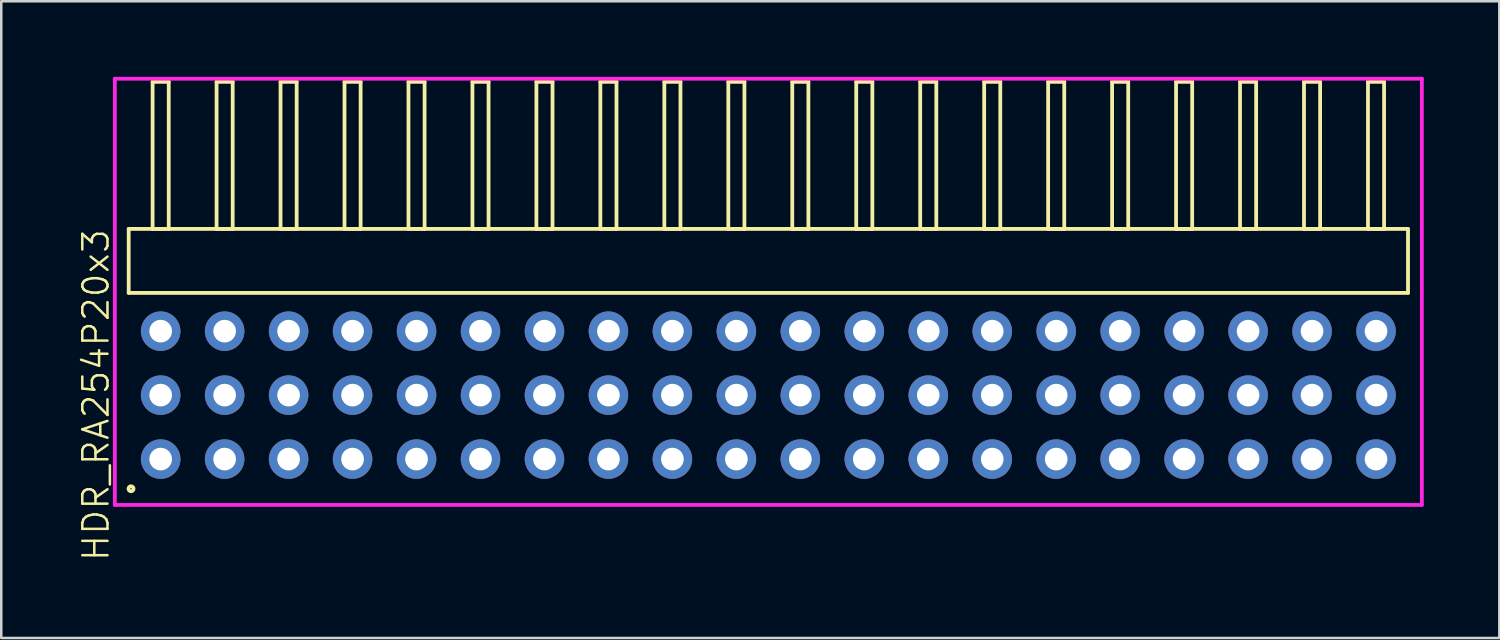
<source format=kicad_pcb>
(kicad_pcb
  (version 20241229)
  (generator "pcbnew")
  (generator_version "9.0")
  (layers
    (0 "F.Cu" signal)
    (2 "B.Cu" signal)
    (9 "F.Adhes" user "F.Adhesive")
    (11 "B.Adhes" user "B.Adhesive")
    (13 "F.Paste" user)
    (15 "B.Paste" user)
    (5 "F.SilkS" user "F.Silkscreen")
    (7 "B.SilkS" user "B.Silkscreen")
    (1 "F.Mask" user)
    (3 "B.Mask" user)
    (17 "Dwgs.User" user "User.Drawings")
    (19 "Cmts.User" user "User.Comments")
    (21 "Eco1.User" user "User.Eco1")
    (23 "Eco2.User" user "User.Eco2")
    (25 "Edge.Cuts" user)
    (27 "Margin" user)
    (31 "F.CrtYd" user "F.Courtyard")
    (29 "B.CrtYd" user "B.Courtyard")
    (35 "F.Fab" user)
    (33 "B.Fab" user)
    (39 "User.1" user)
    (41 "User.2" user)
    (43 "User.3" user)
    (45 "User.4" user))
  (footprint "HDR_RA254P20x3"
    (layer "F.Cu")
    (at 27.46 12.64)
    (property "Reference" "HDR_RA254P20x3" (at -26.7 0 90) (layer "F.SilkS") (effects (font (size 1 1) (thickness 0.1))))
    (attr through_hole)
    (fp_line (start -25.4 -6.6) (end -25.4 -4.06) (stroke (width 0.15) (type solid)) (layer "F.SilkS"))
    (fp_line (start -25.4 -4.06) (end 25.4 -4.06) (stroke (width 0.15) (type solid)) (layer "F.SilkS"))
    (fp_line (start -24.45 -12.44) (end -24.45 -6.6) (stroke (width 0.15) (type solid)) (layer "F.SilkS"))
    (fp_line (start -24.45 -6.6) (end -23.81 -6.6) (stroke (width 0.15) (type solid)) (layer "F.SilkS"))
    (fp_line (start -23.81 -12.44) (end -24.45 -12.44) (stroke (width 0.15) (type solid)) (layer "F.SilkS"))
    (fp_line (start -23.81 -6.6) (end -23.81 -12.44) (stroke (width 0.15) (type solid)) (layer "F.SilkS"))
    (fp_line (start -21.91 -12.44) (end -21.91 -6.6) (stroke (width 0.15) (type solid)) (layer "F.SilkS"))
    (fp_line (start -21.91 -6.6) (end -21.27 -6.6) (stroke (width 0.15) (type solid)) (layer "F.SilkS"))
    (fp_line (start -21.27 -12.44) (end -21.91 -12.44) (stroke (width 0.15) (type solid)) (layer "F.SilkS"))
    (fp_line (start -21.27 -6.6) (end -21.27 -12.44) (stroke (width 0.15) (type solid)) (layer "F.SilkS"))
    (fp_line (start -19.37 -12.44) (end -19.37 -6.6) (stroke (width 0.15) (type solid)) (layer "F.SilkS"))
    (fp_line (start -19.37 -6.6) (end -18.73 -6.6) (stroke (width 0.15) (type solid)) (layer "F.SilkS"))
    (fp_line (start -18.73 -12.44) (end -19.37 -12.44) (stroke (width 0.15) (type solid)) (layer "F.SilkS"))
    (fp_line (start -18.73 -6.6) (end -18.73 -12.44) (stroke (width 0.15) (type solid)) (layer "F.SilkS"))
    (fp_line (start -16.83 -12.44) (end -16.83 -6.6) (stroke (width 0.15) (type solid)) (layer "F.SilkS"))
    (fp_line (start -16.83 -6.6) (end -16.19 -6.6) (stroke (width 0.15) (type solid)) (layer "F.SilkS"))
    (fp_line (start -16.19 -12.44) (end -16.83 -12.44) (stroke (width 0.15) (type solid)) (layer "F.SilkS"))
    (fp_line (start -16.19 -6.6) (end -16.19 -12.44) (stroke (width 0.15) (type solid)) (layer "F.SilkS"))
    (fp_line (start -14.29 -12.44) (end -14.29 -6.6) (stroke (width 0.15) (type solid)) (layer "F.SilkS"))
    (fp_line (start -14.29 -6.6) (end -13.65 -6.6) (stroke (width 0.15) (type solid)) (layer "F.SilkS"))
    (fp_line (start -13.65 -12.44) (end -14.29 -12.44) (stroke (width 0.15) (type solid)) (layer "F.SilkS"))
    (fp_line (start -13.65 -6.6) (end -13.65 -12.44) (stroke (width 0.15) (type solid)) (layer "F.SilkS"))
    (fp_line (start -11.75 -12.44) (end -11.75 -6.6) (stroke (width 0.15) (type solid)) (layer "F.SilkS"))
    (fp_line (start -11.75 -6.6) (end -11.11 -6.6) (stroke (width 0.15) (type solid)) (layer "F.SilkS"))
    (fp_line (start -11.11 -12.44) (end -11.75 -12.44) (stroke (width 0.15) (type solid)) (layer "F.SilkS"))
    (fp_line (start -11.11 -6.6) (end -11.11 -12.44) (stroke (width 0.15) (type solid)) (layer "F.SilkS"))
    (fp_line (start -9.21 -12.44) (end -9.21 -6.6) (stroke (width 0.15) (type solid)) (layer "F.SilkS"))
    (fp_line (start -9.21 -6.6) (end -8.57 -6.6) (stroke (width 0.15) (type solid)) (layer "F.SilkS"))
    (fp_line (start -8.57 -12.44) (end -9.21 -12.44) (stroke (width 0.15) (type solid)) (layer "F.SilkS"))
    (fp_line (start -8.57 -6.6) (end -8.57 -12.44) (stroke (width 0.15) (type solid)) (layer "F.SilkS"))
    (fp_line (start -6.67 -12.44) (end -6.67 -6.6) (stroke (width 0.15) (type solid)) (layer "F.SilkS"))
    (fp_line (start -6.67 -6.6) (end -6.03 -6.6) (stroke (width 0.15) (type solid)) (layer "F.SilkS"))
    (fp_line (start -6.03 -12.44) (end -6.67 -12.44) (stroke (width 0.15) (type solid)) (layer "F.SilkS"))
    (fp_line (start -6.03 -6.6) (end -6.03 -12.44) (stroke (width 0.15) (type solid)) (layer "F.SilkS"))
    (fp_line (start -4.13 -12.44) (end -4.13 -6.6) (stroke (width 0.15) (type solid)) (layer "F.SilkS"))
    (fp_line (start -4.13 -6.6) (end -3.49 -6.6) (stroke (width 0.15) (type solid)) (layer "F.SilkS"))
    (fp_line (start -3.49 -12.44) (end -4.13 -12.44) (stroke (width 0.15) (type solid)) (layer "F.SilkS"))
    (fp_line (start -3.49 -6.6) (end -3.49 -12.44) (stroke (width 0.15) (type solid)) (layer "F.SilkS"))
    (fp_line (start -1.59 -12.44) (end -1.59 -6.6) (stroke (width 0.15) (type solid)) (layer "F.SilkS"))
    (fp_line (start -1.59 -6.6) (end -0.95 -6.6) (stroke (width 0.15) (type solid)) (layer "F.SilkS"))
    (fp_line (start -0.95 -12.44) (end -1.59 -12.44) (stroke (width 0.15) (type solid)) (layer "F.SilkS"))
    (fp_line (start -0.95 -6.6) (end -0.95 -12.44) (stroke (width 0.15) (type solid)) (layer "F.SilkS"))
    (fp_line (start 0.95 -12.44) (end 0.95 -6.6) (stroke (width 0.15) (type solid)) (layer "F.SilkS"))
    (fp_line (start 0.95 -6.6) (end 1.59 -6.6) (stroke (width 0.15) (type solid)) (layer "F.SilkS"))
    (fp_line (start 1.59 -12.44) (end 0.95 -12.44) (stroke (width 0.15) (type solid)) (layer "F.SilkS"))
    (fp_line (start 1.59 -6.6) (end 1.59 -12.44) (stroke (width 0.15) (type solid)) (layer "F.SilkS"))
    (fp_line (start 3.49 -12.44) (end 3.49 -6.6) (stroke (width 0.15) (type solid)) (layer "F.SilkS"))
    (fp_line (start 3.49 -6.6) (end 4.13 -6.6) (stroke (width 0.15) (type solid)) (layer "F.SilkS"))
    (fp_line (start 4.13 -12.44) (end 3.49 -12.44) (stroke (width 0.15) (type solid)) (layer "F.SilkS"))
    (fp_line (start 4.13 -6.6) (end 4.13 -12.44) (stroke (width 0.15) (type solid)) (layer "F.SilkS"))
    (fp_line (start 6.03 -12.44) (end 6.03 -6.6) (stroke (width 0.15) (type solid)) (layer "F.SilkS"))
    (fp_line (start 6.03 -6.6) (end 6.67 -6.6) (stroke (width 0.15) (type solid)) (layer "F.SilkS"))
    (fp_line (start 6.67 -12.44) (end 6.03 -12.44) (stroke (width 0.15) (type solid)) (layer "F.SilkS"))
    (fp_line (start 6.67 -6.6) (end 6.67 -12.44) (stroke (width 0.15) (type solid)) (layer "F.SilkS"))
    (fp_line (start 8.57 -12.44) (end 8.57 -6.6) (stroke (width 0.15) (type solid)) (layer "F.SilkS"))
    (fp_line (start 8.57 -6.6) (end 9.21 -6.6) (stroke (width 0.15) (type solid)) (layer "F.SilkS"))
    (fp_line (start 9.21 -12.44) (end 8.57 -12.44) (stroke (width 0.15) (type solid)) (layer "F.SilkS"))
    (fp_line (start 9.21 -6.6) (end 9.21 -12.44) (stroke (width 0.15) (type solid)) (layer "F.SilkS"))
    (fp_line (start 11.11 -12.44) (end 11.11 -6.6) (stroke (width 0.15) (type solid)) (layer "F.SilkS"))
    (fp_line (start 11.11 -6.6) (end 11.75 -6.6) (stroke (width 0.15) (type solid)) (layer "F.SilkS"))
    (fp_line (start 11.75 -12.44) (end 11.11 -12.44) (stroke (width 0.15) (type solid)) (layer "F.SilkS"))
    (fp_line (start 11.75 -6.6) (end 11.75 -12.44) (stroke (width 0.15) (type solid)) (layer "F.SilkS"))
    (fp_line (start 13.65 -12.44) (end 13.65 -6.6) (stroke (width 0.15) (type solid)) (layer "F.SilkS"))
    (fp_line (start 13.65 -6.6) (end 14.29 -6.6) (stroke (width 0.15) (type solid)) (layer "F.SilkS"))
    (fp_line (start 14.29 -12.44) (end 13.65 -12.44) (stroke (width 0.15) (type solid)) (layer "F.SilkS"))
    (fp_line (start 14.29 -6.6) (end 14.29 -12.44) (stroke (width 0.15) (type solid)) (layer "F.SilkS"))
    (fp_line (start 16.19 -12.44) (end 16.19 -6.6) (stroke (width 0.15) (type solid)) (layer "F.SilkS"))
    (fp_line (start 16.19 -6.6) (end 16.83 -6.6) (stroke (width 0.15) (type solid)) (layer "F.SilkS"))
    (fp_line (start 16.83 -12.44) (end 16.19 -12.44) (stroke (width 0.15) (type solid)) (layer "F.SilkS"))
    (fp_line (start 16.83 -6.6) (end 16.83 -12.44) (stroke (width 0.15) (type solid)) (layer "F.SilkS"))
    (fp_line (start 18.73 -12.44) (end 18.73 -6.6) (stroke (width 0.15) (type solid)) (layer "F.SilkS"))
    (fp_line (start 18.73 -6.6) (end 19.37 -6.6) (stroke (width 0.15) (type solid)) (layer "F.SilkS"))
    (fp_line (start 19.37 -12.44) (end 18.73 -12.44) (stroke (width 0.15) (type solid)) (layer "F.SilkS"))
    (fp_line (start 19.37 -6.6) (end 19.37 -12.44) (stroke (width 0.15) (type solid)) (layer "F.SilkS"))
    (fp_line (start 21.27 -12.44) (end 21.27 -6.6) (stroke (width 0.15) (type solid)) (layer "F.SilkS"))
    (fp_line (start 21.27 -6.6) (end 21.91 -6.6) (stroke (width 0.15) (type solid)) (layer "F.SilkS"))
    (fp_line (start 21.91 -12.44) (end 21.27 -12.44) (stroke (width 0.15) (type solid)) (layer "F.SilkS"))
    (fp_line (start 21.91 -6.6) (end 21.91 -12.44) (stroke (width 0.15) (type solid)) (layer "F.SilkS"))
    (fp_line (start 23.81 -12.44) (end 23.81 -6.6) (stroke (width 0.15) (type solid)) (layer "F.SilkS"))
    (fp_line (start 23.81 -6.6) (end 24.45 -6.6) (stroke (width 0.15) (type solid)) (layer "F.SilkS"))
    (fp_line (start 24.45 -12.44) (end 23.81 -12.44) (stroke (width 0.15) (type solid)) (layer "F.SilkS"))
    (fp_line (start 24.45 -6.6) (end 24.45 -12.44) (stroke (width 0.15) (type solid)) (layer "F.SilkS"))
    (fp_line (start 25.4 -6.6) (end -25.4 -6.6) (stroke (width 0.15) (type solid)) (layer "F.SilkS"))
    (fp_line (start 25.4 -4.06) (end 25.4 -6.6) (stroke (width 0.15) (type solid)) (layer "F.SilkS"))
    (fp_circle (center -25.307 3.718) (end -25.207 3.718) (stroke (width 0.15) (type solid)) (fill no) (layer "F.SilkS"))
    (fp_line (start -25.95 -12.565) (end -25.95 4.36) (stroke (width 0.15) (type solid)) (layer "F.CrtYd"))
    (fp_line (start -25.95 4.36) (end 25.95 4.36) (stroke (width 0.15) (type solid)) (layer "F.CrtYd"))
    (fp_line (start 25.95 -12.565) (end -25.95 -12.565) (stroke (width 0.15) (type solid)) (layer "F.CrtYd"))
    (fp_line (start 25.95 4.36) (end 25.95 -12.565) (stroke (width 0.15) (type solid)) (layer "F.CrtYd"))
    (pad "1" thru_hole oval (at -24.13 2.54) (size 1.57 1.57) (drill 0.9) (layers "*.Cu" "*.Mask"))
    (pad "2" thru_hole oval (at -24.13 0) (size 1.57 1.57) (drill 0.9) (layers "*.Cu" "*.Mask"))
    (pad "3" thru_hole oval (at -24.13 -2.54) (size 1.57 1.57) (drill 0.9) (layers "*.Cu" "*.Mask"))
    (pad "4" thru_hole oval (at -21.59 2.54) (size 1.57 1.57) (drill 0.9) (layers "*.Cu" "*.Mask"))
    (pad "5" thru_hole oval (at -21.59 0) (size 1.57 1.57) (drill 0.9) (layers "*.Cu" "*.Mask"))
    (pad "6" thru_hole oval (at -21.59 -2.54) (size 1.57 1.57) (drill 0.9) (layers "*.Cu" "*.Mask"))
    (pad "7" thru_hole oval (at -19.05 2.54) (size 1.57 1.57) (drill 0.9) (layers "*.Cu" "*.Mask"))
    (pad "8" thru_hole oval (at -19.05 0) (size 1.57 1.57) (drill 0.9) (layers "*.Cu" "*.Mask"))
    (pad "9" thru_hole oval (at -19.05 -2.54) (size 1.57 1.57) (drill 0.9) (layers "*.Cu" "*.Mask"))
    (pad "10" thru_hole oval (at -16.51 2.54) (size 1.57 1.57) (drill 0.9) (layers "*.Cu" "*.Mask"))
    (pad "11" thru_hole oval (at -16.51 0) (size 1.57 1.57) (drill 0.9) (layers "*.Cu" "*.Mask"))
    (pad "12" thru_hole oval (at -16.51 -2.54) (size 1.57 1.57) (drill 0.9) (layers "*.Cu" "*.Mask"))
    (pad "13" thru_hole oval (at -13.97 2.54) (size 1.57 1.57) (drill 0.9) (layers "*.Cu" "*.Mask"))
    (pad "14" thru_hole oval (at -13.97 0) (size 1.57 1.57) (drill 0.9) (layers "*.Cu" "*.Mask"))
    (pad "15" thru_hole oval (at -13.97 -2.54) (size 1.57 1.57) (drill 0.9) (layers "*.Cu" "*.Mask"))
    (pad "16" thru_hole oval (at -11.43 2.54) (size 1.57 1.57) (drill 0.9) (layers "*.Cu" "*.Mask"))
    (pad "17" thru_hole oval (at -11.43 0) (size 1.57 1.57) (drill 0.9) (layers "*.Cu" "*.Mask"))
    (pad "18" thru_hole oval (at -11.43 -2.54) (size 1.57 1.57) (drill 0.9) (layers "*.Cu" "*.Mask"))
    (pad "19" thru_hole oval (at -8.89 2.54) (size 1.57 1.57) (drill 0.9) (layers "*.Cu" "*.Mask"))
    (pad "20" thru_hole oval (at -8.89 0) (size 1.57 1.57) (drill 0.9) (layers "*.Cu" "*.Mask"))
    (pad "21" thru_hole oval (at -8.89 -2.54) (size 1.57 1.57) (drill 0.9) (layers "*.Cu" "*.Mask"))
    (pad "22" thru_hole oval (at -6.35 2.54) (size 1.57 1.57) (drill 0.9) (layers "*.Cu" "*.Mask"))
    (pad "23" thru_hole oval (at -6.35 0) (size 1.57 1.57) (drill 0.9) (layers "*.Cu" "*.Mask"))
    (pad "24" thru_hole oval (at -6.35 -2.54) (size 1.57 1.57) (drill 0.9) (layers "*.Cu" "*.Mask"))
    (pad "25" thru_hole oval (at -3.81 2.54) (size 1.57 1.57) (drill 0.9) (layers "*.Cu" "*.Mask"))
    (pad "26" thru_hole oval (at -3.81 0) (size 1.57 1.57) (drill 0.9) (layers "*.Cu" "*.Mask"))
    (pad "27" thru_hole oval (at -3.81 -2.54) (size 1.57 1.57) (drill 0.9) (layers "*.Cu" "*.Mask"))
    (pad "28" thru_hole oval (at -1.27 2.54) (size 1.57 1.57) (drill 0.9) (layers "*.Cu" "*.Mask"))
    (pad "29" thru_hole oval (at -1.27 0) (size 1.57 1.57) (drill 0.9) (layers "*.Cu" "*.Mask"))
    (pad "30" thru_hole oval (at -1.27 -2.54) (size 1.57 1.57) (drill 0.9) (layers "*.Cu" "*.Mask"))
    (pad "31" thru_hole oval (at 1.27 2.54) (size 1.57 1.57) (drill 0.9) (layers "*.Cu" "*.Mask"))
    (pad "32" thru_hole oval (at 1.27 0) (size 1.57 1.57) (drill 0.9) (layers "*.Cu" "*.Mask"))
    (pad "33" thru_hole oval (at 1.27 -2.54) (size 1.57 1.57) (drill 0.9) (layers "*.Cu" "*.Mask"))
    (pad "34" thru_hole oval (at 3.81 2.54) (size 1.57 1.57) (drill 0.9) (layers "*.Cu" "*.Mask"))
    (pad "35" thru_hole oval (at 3.81 0) (size 1.57 1.57) (drill 0.9) (layers "*.Cu" "*.Mask"))
    (pad "36" thru_hole oval (at 3.81 -2.54) (size 1.57 1.57) (drill 0.9) (layers "*.Cu" "*.Mask"))
    (pad "37" thru_hole oval (at 6.35 2.54) (size 1.57 1.57) (drill 0.9) (layers "*.Cu" "*.Mask"))
    (pad "38" thru_hole oval (at 6.35 0) (size 1.57 1.57) (drill 0.9) (layers "*.Cu" "*.Mask"))
    (pad "39" thru_hole oval (at 6.35 -2.54) (size 1.57 1.57) (drill 0.9) (layers "*.Cu" "*.Mask"))
    (pad "40" thru_hole oval (at 8.89 2.54) (size 1.57 1.57) (drill 0.9) (layers "*.Cu" "*.Mask"))
    (pad "41" thru_hole oval (at 8.89 0) (size 1.57 1.57) (drill 0.9) (layers "*.Cu" "*.Mask"))
    (pad "42" thru_hole oval (at 8.89 -2.54) (size 1.57 1.57) (drill 0.9) (layers "*.Cu" "*.Mask"))
    (pad "43" thru_hole oval (at 11.43 2.54) (size 1.57 1.57) (drill 0.9) (layers "*.Cu" "*.Mask"))
    (pad "44" thru_hole oval (at 11.43 0) (size 1.57 1.57) (drill 0.9) (layers "*.Cu" "*.Mask"))
    (pad "45" thru_hole oval (at 11.43 -2.54) (size 1.57 1.57) (drill 0.9) (layers "*.Cu" "*.Mask"))
    (pad "46" thru_hole oval (at 13.97 2.54) (size 1.57 1.57) (drill 0.9) (layers "*.Cu" "*.Mask"))
    (pad "47" thru_hole oval (at 13.97 0) (size 1.57 1.57) (drill 0.9) (layers "*.Cu" "*.Mask"))
    (pad "48" thru_hole oval (at 13.97 -2.54) (size 1.57 1.57) (drill 0.9) (layers "*.Cu" "*.Mask"))
    (pad "49" thru_hole oval (at 16.51 2.54) (size 1.57 1.57) (drill 0.9) (layers "*.Cu" "*.Mask"))
    (pad "50" thru_hole oval (at 16.51 0) (size 1.57 1.57) (drill 0.9) (layers "*.Cu" "*.Mask"))
    (pad "51" thru_hole oval (at 16.51 -2.54) (size 1.57 1.57) (drill 0.9) (layers "*.Cu" "*.Mask"))
    (pad "52" thru_hole oval (at 19.05 2.54) (size 1.57 1.57) (drill 0.9) (layers "*.Cu" "*.Mask"))
    (pad "53" thru_hole oval (at 19.05 0) (size 1.57 1.57) (drill 0.9) (layers "*.Cu" "*.Mask"))
    (pad "54" thru_hole oval (at 19.05 -2.54) (size 1.57 1.57) (drill 0.9) (layers "*.Cu" "*.Mask"))
    (pad "55" thru_hole oval (at 21.59 2.54) (size 1.57 1.57) (drill 0.9) (layers "*.Cu" "*.Mask"))
    (pad "56" thru_hole oval (at 21.59 0) (size 1.57 1.57) (drill 0.9) (layers "*.Cu" "*.Mask"))
    (pad "57" thru_hole oval (at 21.59 -2.54) (size 1.57 1.57) (drill 0.9) (layers "*.Cu" "*.Mask"))
    (pad "58" thru_hole oval (at 24.13 2.54) (size 1.57 1.57) (drill 0.9) (layers "*.Cu" "*.Mask"))
    (pad "59" thru_hole oval (at 24.13 0) (size 1.57 1.57) (drill 0.9) (layers "*.Cu" "*.Mask"))
    (pad "60" thru_hole oval (at 24.13 -2.54) (size 1.57 1.57) (drill 0.9) (layers "*.Cu" "*.Mask")))
  (gr_rect
    (start -3 -3)
    (end 56.486 22.285)
    (stroke (width 0.1) (type default))
    (fill no)
    (layer "Edge.Cuts")))
</source>
